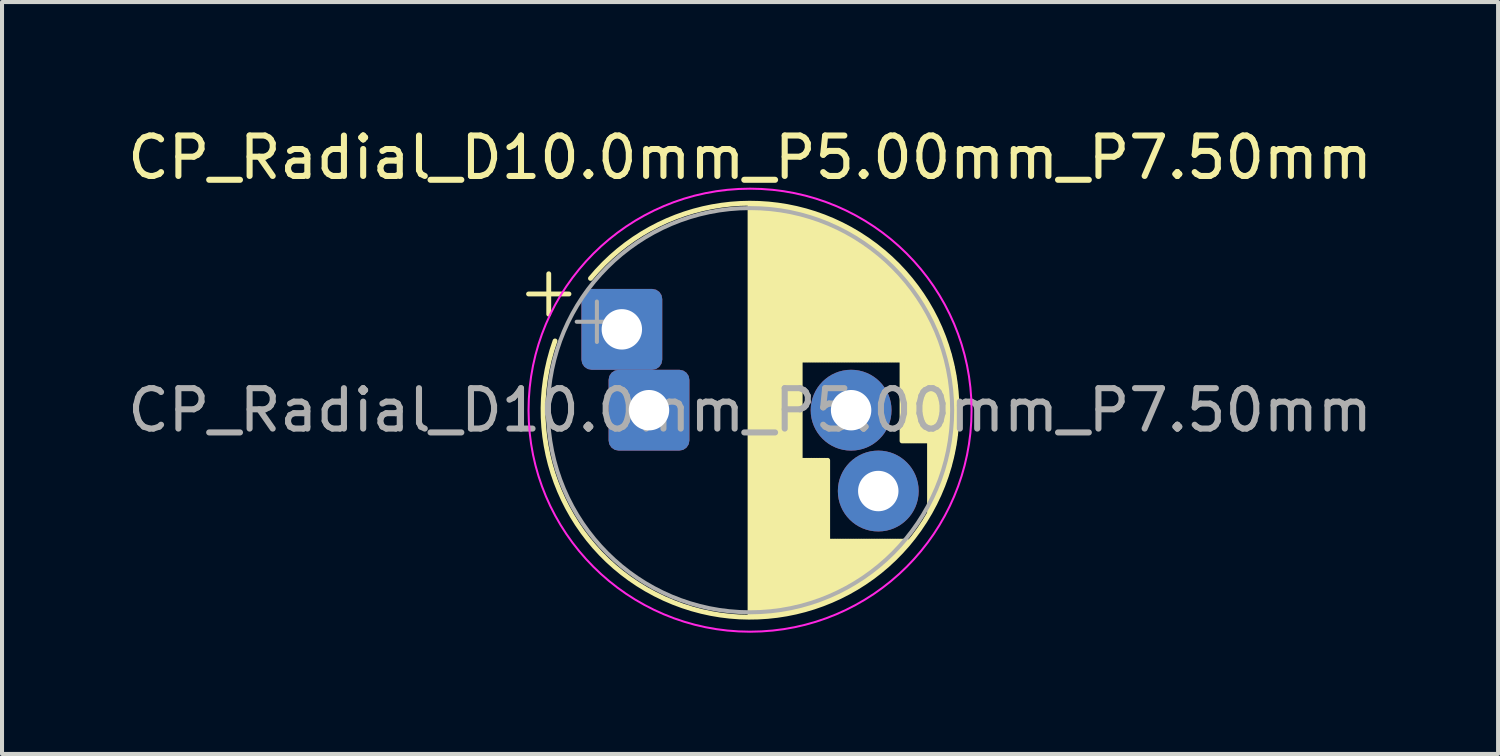
<source format=kicad_pcb>
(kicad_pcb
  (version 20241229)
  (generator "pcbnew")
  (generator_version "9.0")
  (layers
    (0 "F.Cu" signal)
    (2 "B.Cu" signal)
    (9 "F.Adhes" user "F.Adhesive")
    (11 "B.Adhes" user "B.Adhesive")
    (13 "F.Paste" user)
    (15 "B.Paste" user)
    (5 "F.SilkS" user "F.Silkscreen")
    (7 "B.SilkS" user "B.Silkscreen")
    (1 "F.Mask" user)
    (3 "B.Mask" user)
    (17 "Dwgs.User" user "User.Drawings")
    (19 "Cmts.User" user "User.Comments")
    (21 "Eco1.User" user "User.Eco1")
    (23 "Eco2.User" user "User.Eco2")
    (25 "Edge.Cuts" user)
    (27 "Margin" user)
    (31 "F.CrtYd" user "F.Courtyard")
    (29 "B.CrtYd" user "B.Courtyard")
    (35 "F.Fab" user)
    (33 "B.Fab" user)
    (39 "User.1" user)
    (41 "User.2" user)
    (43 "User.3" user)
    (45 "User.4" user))
  (footprint "CP_Radial_D10.0mm_P5.00mm_P7.50mm"
    (layer "F.Cu")
    (at 13.006 7.098)
    (property "Reference" "CP_Radial_D10.0mm_P5.00mm_P7.50mm" (at 2.5 -6.25 0) (layer "F.SilkS") (effects (font (size 1 1) (thickness 0.15))))
    (attr through_hole)
    (fp_line (start -2.98 -2.875) (end -1.98 -2.875) (stroke (width 0.12) (type solid)) (layer "F.SilkS"))
    (fp_line (start -2.48 -3.375) (end -2.48 -2.375) (stroke (width 0.12) (type solid)) (layer "F.SilkS"))
    (fp_line (start 2.5 -5.08) (end 2.5 5.08) (stroke (width 0.12) (type solid)) (layer "F.SilkS"))
    (fp_line (start 2.54 -5.08) (end 2.54 5.08) (stroke (width 0.12) (type solid)) (layer "F.SilkS"))
    (fp_line (start 2.58 -5.079) (end 2.58 5.079) (stroke (width 0.12) (type solid)) (layer "F.SilkS"))
    (fp_line (start 2.62 -5.079) (end 2.62 5.079) (stroke (width 0.12) (type solid)) (layer "F.SilkS"))
    (fp_line (start 2.66 -5.077) (end 2.66 5.077) (stroke (width 0.12) (type solid)) (layer "F.SilkS"))
    (fp_line (start 2.7 -5.076) (end 2.7 5.076) (stroke (width 0.12) (type solid)) (layer "F.SilkS"))
    (fp_line (start 2.74 -5.074) (end 2.74 5.074) (stroke (width 0.12) (type solid)) (layer "F.SilkS"))
    (fp_line (start 2.78 -5.072) (end 2.78 5.072) (stroke (width 0.12) (type solid)) (layer "F.SilkS"))
    (fp_line (start 2.82 -5.07) (end 2.82 5.07) (stroke (width 0.12) (type solid)) (layer "F.SilkS"))
    (fp_line (start 2.86 -5.067) (end 2.86 5.067) (stroke (width 0.12) (type solid)) (layer "F.SilkS"))
    (fp_line (start 2.9 -5.064) (end 2.9 5.064) (stroke (width 0.12) (type solid)) (layer "F.SilkS"))
    (fp_line (start 2.94 -5.061) (end 2.94 5.061) (stroke (width 0.12) (type solid)) (layer "F.SilkS"))
    (fp_line (start 2.98 -5.057) (end 2.98 5.057) (stroke (width 0.12) (type solid)) (layer "F.SilkS"))
    (fp_line (start 3.02 -5.054) (end 3.02 5.054) (stroke (width 0.12) (type solid)) (layer "F.SilkS"))
    (fp_line (start 3.06 -5.049) (end 3.06 5.049) (stroke (width 0.12) (type solid)) (layer "F.SilkS"))
    (fp_line (start 3.1 -5.045) (end 3.1 5.045) (stroke (width 0.12) (type solid)) (layer "F.SilkS"))
    (fp_line (start 3.14 -5.04) (end 3.14 5.04) (stroke (width 0.12) (type solid)) (layer "F.SilkS"))
    (fp_line (start 3.18 -5.035) (end 3.18 5.035) (stroke (width 0.12) (type solid)) (layer "F.SilkS"))
    (fp_line (start 3.22 -5.029) (end 3.22 5.029) (stroke (width 0.12) (type solid)) (layer "F.SilkS"))
    (fp_line (start 3.26 -5.023) (end 3.26 5.023) (stroke (width 0.12) (type solid)) (layer "F.SilkS"))
    (fp_line (start 3.3 -5.017) (end 3.3 5.017) (stroke (width 0.12) (type solid)) (layer "F.SilkS"))
    (fp_line (start 3.34 -5.011) (end 3.34 5.011) (stroke (width 0.12) (type solid)) (layer "F.SilkS"))
    (fp_line (start 3.38 -5.004) (end 3.38 5.004) (stroke (width 0.12) (type solid)) (layer "F.SilkS"))
    (fp_line (start 3.42 -4.997) (end 3.42 4.997) (stroke (width 0.12) (type solid)) (layer "F.SilkS"))
    (fp_line (start 3.46 -4.989) (end 3.46 4.989) (stroke (width 0.12) (type solid)) (layer "F.SilkS"))
    (fp_line (start 3.5 -4.981) (end 3.5 4.981) (stroke (width 0.12) (type solid)) (layer "F.SilkS"))
    (fp_line (start 3.54 -4.973) (end 3.54 4.973) (stroke (width 0.12) (type solid)) (layer "F.SilkS"))
    (fp_line (start 3.58 -4.965) (end 3.58 4.965) (stroke (width 0.12) (type solid)) (layer "F.SilkS"))
    (fp_line (start 3.62 -4.956) (end 3.62 4.956) (stroke (width 0.12) (type solid)) (layer "F.SilkS"))
    (fp_line (start 3.66 -4.947) (end 3.66 4.947) (stroke (width 0.12) (type solid)) (layer "F.SilkS"))
    (fp_line (start 3.7 -4.937) (end 3.7 4.937) (stroke (width 0.12) (type solid)) (layer "F.SilkS"))
    (fp_line (start 3.74 -4.928) (end 3.74 4.928) (stroke (width 0.12) (type solid)) (layer "F.SilkS"))
    (fp_line (start 3.78 -4.917) (end 3.78 -1.24) (stroke (width 0.12) (type solid)) (layer "F.SilkS"))
    (fp_line (start 3.78 1.24) (end 3.78 4.917) (stroke (width 0.12) (type solid)) (layer "F.SilkS"))
    (fp_line (start 3.82 -4.907) (end 3.82 -1.24) (stroke (width 0.12) (type solid)) (layer "F.SilkS"))
    (fp_line (start 3.82 1.24) (end 3.82 4.907) (stroke (width 0.12) (type solid)) (layer "F.SilkS"))
    (fp_line (start 3.86 -4.896) (end 3.86 -1.24) (stroke (width 0.12) (type solid)) (layer "F.SilkS"))
    (fp_line (start 3.86 1.24) (end 3.86 4.896) (stroke (width 0.12) (type solid)) (layer "F.SilkS"))
    (fp_line (start 3.9 -4.885) (end 3.9 -1.24) (stroke (width 0.12) (type solid)) (layer "F.SilkS"))
    (fp_line (start 3.9 1.24) (end 3.9 4.885) (stroke (width 0.12) (type solid)) (layer "F.SilkS"))
    (fp_line (start 3.94 -4.873) (end 3.94 -1.24) (stroke (width 0.12) (type solid)) (layer "F.SilkS"))
    (fp_line (start 3.94 1.24) (end 3.94 4.873) (stroke (width 0.12) (type solid)) (layer "F.SilkS"))
    (fp_line (start 3.98 -4.861) (end 3.98 -1.24) (stroke (width 0.12) (type solid)) (layer "F.SilkS"))
    (fp_line (start 3.98 1.24) (end 3.98 4.861) (stroke (width 0.12) (type solid)) (layer "F.SilkS"))
    (fp_line (start 4.02 -4.849) (end 4.02 -1.24) (stroke (width 0.12) (type solid)) (layer "F.SilkS"))
    (fp_line (start 4.02 1.24) (end 4.02 4.849) (stroke (width 0.12) (type solid)) (layer "F.SilkS"))
    (fp_line (start 4.06 -4.837) (end 4.06 -1.24) (stroke (width 0.12) (type solid)) (layer "F.SilkS"))
    (fp_line (start 4.06 1.24) (end 4.06 4.837) (stroke (width 0.12) (type solid)) (layer "F.SilkS"))
    (fp_line (start 4.1 -4.824) (end 4.1 -1.24) (stroke (width 0.12) (type solid)) (layer "F.SilkS"))
    (fp_line (start 4.1 1.24) (end 4.1 4.824) (stroke (width 0.12) (type solid)) (layer "F.SilkS"))
    (fp_line (start 4.14 -4.81) (end 4.14 -1.24) (stroke (width 0.12) (type solid)) (layer "F.SilkS"))
    (fp_line (start 4.14 1.24) (end 4.14 4.81) (stroke (width 0.12) (type solid)) (layer "F.SilkS"))
    (fp_line (start 4.18 -4.797) (end 4.18 -1.24) (stroke (width 0.12) (type solid)) (layer "F.SilkS"))
    (fp_line (start 4.18 1.24) (end 4.18 4.797) (stroke (width 0.12) (type solid)) (layer "F.SilkS"))
    (fp_line (start 4.22 -4.782) (end 4.22 -1.24) (stroke (width 0.12) (type solid)) (layer "F.SilkS"))
    (fp_line (start 4.22 1.24) (end 4.22 4.782) (stroke (width 0.12) (type solid)) (layer "F.SilkS"))
    (fp_line (start 4.26 -4.768) (end 4.26 -1.24) (stroke (width 0.12) (type solid)) (layer "F.SilkS"))
    (fp_line (start 4.26 1.24) (end 4.26 4.768) (stroke (width 0.12) (type solid)) (layer "F.SilkS"))
    (fp_line (start 4.3 -4.753) (end 4.3 -1.24) (stroke (width 0.12) (type solid)) (layer "F.SilkS"))
    (fp_line (start 4.3 1.24) (end 4.3 4.753) (stroke (width 0.12) (type solid)) (layer "F.SilkS"))
    (fp_line (start 4.34 -4.738) (end 4.34 -1.24) (stroke (width 0.12) (type solid)) (layer "F.SilkS"))
    (fp_line (start 4.34 1.24) (end 4.34 4.738) (stroke (width 0.12) (type solid)) (layer "F.SilkS"))
    (fp_line (start 4.38 -4.722) (end 4.38 -1.24) (stroke (width 0.12) (type solid)) (layer "F.SilkS"))
    (fp_line (start 4.38 1.24) (end 4.38 4.722) (stroke (width 0.12) (type solid)) (layer "F.SilkS"))
    (fp_line (start 4.42 -4.706) (end 4.42 -1.24) (stroke (width 0.12) (type solid)) (layer "F.SilkS"))
    (fp_line (start 4.42 1.24) (end 4.42 4.706) (stroke (width 0.12) (type solid)) (layer "F.SilkS"))
    (fp_line (start 4.46 -4.69) (end 4.46 -1.24) (stroke (width 0.12) (type solid)) (layer "F.SilkS"))
    (fp_line (start 4.46 3.24) (end 4.46 4.69) (stroke (width 0.12) (type solid)) (layer "F.SilkS"))
    (fp_line (start 4.5 -4.673) (end 4.5 -1.24) (stroke (width 0.12) (type solid)) (layer "F.SilkS"))
    (fp_line (start 4.5 3.24) (end 4.5 4.673) (stroke (width 0.12) (type solid)) (layer "F.SilkS"))
    (fp_line (start 4.54 -4.656) (end 4.54 -1.24) (stroke (width 0.12) (type solid)) (layer "F.SilkS"))
    (fp_line (start 4.54 3.24) (end 4.54 4.656) (stroke (width 0.12) (type solid)) (layer "F.SilkS"))
    (fp_line (start 4.58 -4.638) (end 4.58 -1.24) (stroke (width 0.12) (type solid)) (layer "F.SilkS"))
    (fp_line (start 4.58 3.24) (end 4.58 4.638) (stroke (width 0.12) (type solid)) (layer "F.SilkS"))
    (fp_line (start 4.62 -4.62) (end 4.62 -1.24) (stroke (width 0.12) (type solid)) (layer "F.SilkS"))
    (fp_line (start 4.62 3.24) (end 4.62 4.62) (stroke (width 0.12) (type solid)) (layer "F.SilkS"))
    (fp_line (start 4.66 -4.602) (end 4.66 -1.24) (stroke (width 0.12) (type solid)) (layer "F.SilkS"))
    (fp_line (start 4.66 3.24) (end 4.66 4.602) (stroke (width 0.12) (type solid)) (layer "F.SilkS"))
    (fp_line (start 4.7 -4.583) (end 4.7 -1.24) (stroke (width 0.12) (type solid)) (layer "F.SilkS"))
    (fp_line (start 4.7 3.24) (end 4.7 4.583) (stroke (width 0.12) (type solid)) (layer "F.SilkS"))
    (fp_line (start 4.74 -4.564) (end 4.74 -1.24) (stroke (width 0.12) (type solid)) (layer "F.SilkS"))
    (fp_line (start 4.74 3.24) (end 4.74 4.564) (stroke (width 0.12) (type solid)) (layer "F.SilkS"))
    (fp_line (start 4.78 -4.544) (end 4.78 -1.24) (stroke (width 0.12) (type solid)) (layer "F.SilkS"))
    (fp_line (start 4.78 3.24) (end 4.78 4.544) (stroke (width 0.12) (type solid)) (layer "F.SilkS"))
    (fp_line (start 4.82 -4.524) (end 4.82 -1.24) (stroke (width 0.12) (type solid)) (layer "F.SilkS"))
    (fp_line (start 4.82 3.24) (end 4.82 4.524) (stroke (width 0.12) (type solid)) (layer "F.SilkS"))
    (fp_line (start 4.86 -4.504) (end 4.86 -1.24) (stroke (width 0.12) (type solid)) (layer "F.SilkS"))
    (fp_line (start 4.86 3.24) (end 4.86 4.504) (stroke (width 0.12) (type solid)) (layer "F.SilkS"))
    (fp_line (start 4.9 -4.483) (end 4.9 -1.24) (stroke (width 0.12) (type solid)) (layer "F.SilkS"))
    (fp_line (start 4.9 3.24) (end 4.9 4.483) (stroke (width 0.12) (type solid)) (layer "F.SilkS"))
    (fp_line (start 4.94 -4.461) (end 4.94 -1.24) (stroke (width 0.12) (type solid)) (layer "F.SilkS"))
    (fp_line (start 4.94 3.24) (end 4.94 4.461) (stroke (width 0.12) (type solid)) (layer "F.SilkS"))
    (fp_line (start 4.98 -4.439) (end 4.98 -1.24) (stroke (width 0.12) (type solid)) (layer "F.SilkS"))
    (fp_line (start 4.98 3.24) (end 4.98 4.439) (stroke (width 0.12) (type solid)) (layer "F.SilkS"))
    (fp_line (start 5.02 -4.417) (end 5.02 -1.24) (stroke (width 0.12) (type solid)) (layer "F.SilkS"))
    (fp_line (start 5.02 3.24) (end 5.02 4.417) (stroke (width 0.12) (type solid)) (layer "F.SilkS"))
    (fp_line (start 5.06 -4.394) (end 5.06 -1.24) (stroke (width 0.12) (type solid)) (layer "F.SilkS"))
    (fp_line (start 5.06 3.24) (end 5.06 4.394) (stroke (width 0.12) (type solid)) (layer "F.SilkS"))
    (fp_line (start 5.1 -4.371) (end 5.1 -1.24) (stroke (width 0.12) (type solid)) (layer "F.SilkS"))
    (fp_line (start 5.1 3.24) (end 5.1 4.371) (stroke (width 0.12) (type solid)) (layer "F.SilkS"))
    (fp_line (start 5.14 -4.347) (end 5.14 -1.24) (stroke (width 0.12) (type solid)) (layer "F.SilkS"))
    (fp_line (start 5.14 3.24) (end 5.14 4.347) (stroke (width 0.12) (type solid)) (layer "F.SilkS"))
    (fp_line (start 5.18 -4.323) (end 5.18 -1.24) (stroke (width 0.12) (type solid)) (layer "F.SilkS"))
    (fp_line (start 5.18 3.24) (end 5.18 4.323) (stroke (width 0.12) (type solid)) (layer "F.SilkS"))
    (fp_line (start 5.22 -4.298) (end 5.22 -1.24) (stroke (width 0.12) (type solid)) (layer "F.SilkS"))
    (fp_line (start 5.22 3.24) (end 5.22 4.298) (stroke (width 0.12) (type solid)) (layer "F.SilkS"))
    (fp_line (start 5.26 -4.272) (end 5.26 -1.24) (stroke (width 0.12) (type solid)) (layer "F.SilkS"))
    (fp_line (start 5.26 3.24) (end 5.26 4.272) (stroke (width 0.12) (type solid)) (layer "F.SilkS"))
    (fp_line (start 5.3 -4.247) (end 5.3 -1.24) (stroke (width 0.12) (type solid)) (layer "F.SilkS"))
    (fp_line (start 5.3 3.24) (end 5.3 4.247) (stroke (width 0.12) (type solid)) (layer "F.SilkS"))
    (fp_line (start 5.34 -4.22) (end 5.34 -1.24) (stroke (width 0.12) (type solid)) (layer "F.SilkS"))
    (fp_line (start 5.34 3.24) (end 5.34 4.22) (stroke (width 0.12) (type solid)) (layer "F.SilkS"))
    (fp_line (start 5.38 -4.193) (end 5.38 -1.24) (stroke (width 0.12) (type solid)) (layer "F.SilkS"))
    (fp_line (start 5.38 3.24) (end 5.38 4.193) (stroke (width 0.12) (type solid)) (layer "F.SilkS"))
    (fp_line (start 5.42 -4.166) (end 5.42 -1.24) (stroke (width 0.12) (type solid)) (layer "F.SilkS"))
    (fp_line (start 5.42 3.24) (end 5.42 4.166) (stroke (width 0.12) (type solid)) (layer "F.SilkS"))
    (fp_line (start 5.46 -4.138) (end 5.46 -1.24) (stroke (width 0.12) (type solid)) (layer "F.SilkS"))
    (fp_line (start 5.46 3.24) (end 5.46 4.138) (stroke (width 0.12) (type solid)) (layer "F.SilkS"))
    (fp_line (start 5.5 -4.109) (end 5.5 -1.24) (stroke (width 0.12) (type solid)) (layer "F.SilkS"))
    (fp_line (start 5.5 3.24) (end 5.5 4.109) (stroke (width 0.12) (type solid)) (layer "F.SilkS"))
    (fp_line (start 5.54 -4.08) (end 5.54 -1.24) (stroke (width 0.12) (type solid)) (layer "F.SilkS"))
    (fp_line (start 5.54 3.24) (end 5.54 4.08) (stroke (width 0.12) (type solid)) (layer "F.SilkS"))
    (fp_line (start 5.58 -4.05) (end 5.58 -1.24) (stroke (width 0.12) (type solid)) (layer "F.SilkS"))
    (fp_line (start 5.58 3.24) (end 5.58 4.05) (stroke (width 0.12) (type solid)) (layer "F.SilkS"))
    (fp_line (start 5.62 -4.02) (end 5.62 -1.24) (stroke (width 0.12) (type solid)) (layer "F.SilkS"))
    (fp_line (start 5.62 3.24) (end 5.62 4.02) (stroke (width 0.12) (type solid)) (layer "F.SilkS"))
    (fp_line (start 5.66 -3.988) (end 5.66 -1.24) (stroke (width 0.12) (type solid)) (layer "F.SilkS"))
    (fp_line (start 5.66 3.24) (end 5.66 3.988) (stroke (width 0.12) (type solid)) (layer "F.SilkS"))
    (fp_line (start 5.7 -3.957) (end 5.7 -1.24) (stroke (width 0.12) (type solid)) (layer "F.SilkS"))
    (fp_line (start 5.7 3.24) (end 5.7 3.957) (stroke (width 0.12) (type solid)) (layer "F.SilkS"))
    (fp_line (start 5.74 -3.924) (end 5.74 -1.24) (stroke (width 0.12) (type solid)) (layer "F.SilkS"))
    (fp_line (start 5.74 3.24) (end 5.74 3.924) (stroke (width 0.12) (type solid)) (layer "F.SilkS"))
    (fp_line (start 5.78 -3.891) (end 5.78 -1.24) (stroke (width 0.12) (type solid)) (layer "F.SilkS"))
    (fp_line (start 5.78 3.24) (end 5.78 3.891) (stroke (width 0.12) (type solid)) (layer "F.SilkS"))
    (fp_line (start 5.82 -3.858) (end 5.82 -1.24) (stroke (width 0.12) (type solid)) (layer "F.SilkS"))
    (fp_line (start 5.82 3.24) (end 5.82 3.858) (stroke (width 0.12) (type solid)) (layer "F.SilkS"))
    (fp_line (start 5.86 -3.823) (end 5.86 -1.24) (stroke (width 0.12) (type solid)) (layer "F.SilkS"))
    (fp_line (start 5.86 3.24) (end 5.86 3.823) (stroke (width 0.12) (type solid)) (layer "F.SilkS"))
    (fp_line (start 5.9 -3.788) (end 5.9 -1.24) (stroke (width 0.12) (type solid)) (layer "F.SilkS"))
    (fp_line (start 5.9 3.24) (end 5.9 3.788) (stroke (width 0.12) (type solid)) (layer "F.SilkS"))
    (fp_line (start 5.94 -3.752) (end 5.94 -1.24) (stroke (width 0.12) (type solid)) (layer "F.SilkS"))
    (fp_line (start 5.94 3.24) (end 5.94 3.752) (stroke (width 0.12) (type solid)) (layer "F.SilkS"))
    (fp_line (start 5.98 -3.716) (end 5.98 -1.24) (stroke (width 0.12) (type solid)) (layer "F.SilkS"))
    (fp_line (start 5.98 3.24) (end 5.98 3.716) (stroke (width 0.12) (type solid)) (layer "F.SilkS"))
    (fp_line (start 6.02 -3.678) (end 6.02 -1.24) (stroke (width 0.12) (type solid)) (layer "F.SilkS"))
    (fp_line (start 6.02 3.24) (end 6.02 3.678) (stroke (width 0.12) (type solid)) (layer "F.SilkS"))
    (fp_line (start 6.06 -3.64) (end 6.06 -1.24) (stroke (width 0.12) (type solid)) (layer "F.SilkS"))
    (fp_line (start 6.06 3.24) (end 6.06 3.64) (stroke (width 0.12) (type solid)) (layer "F.SilkS"))
    (fp_line (start 6.1 -3.601) (end 6.1 -1.24) (stroke (width 0.12) (type solid)) (layer "F.SilkS"))
    (fp_line (start 6.1 3.24) (end 6.1 3.601) (stroke (width 0.12) (type solid)) (layer "F.SilkS"))
    (fp_line (start 6.14 -3.561) (end 6.14 -1.24) (stroke (width 0.12) (type solid)) (layer "F.SilkS"))
    (fp_line (start 6.14 3.24) (end 6.14 3.561) (stroke (width 0.12) (type solid)) (layer "F.SilkS"))
    (fp_line (start 6.18 -3.52) (end 6.18 -1.24) (stroke (width 0.12) (type solid)) (layer "F.SilkS"))
    (fp_line (start 6.18 3.24) (end 6.18 3.52) (stroke (width 0.12) (type solid)) (layer "F.SilkS"))
    (fp_line (start 6.22 -3.478) (end 6.22 -1.24) (stroke (width 0.12) (type solid)) (layer "F.SilkS"))
    (fp_line (start 6.22 3.24) (end 6.22 3.478) (stroke (width 0.12) (type solid)) (layer "F.SilkS"))
    (fp_line (start 6.26 -3.435) (end 6.26 0.76) (stroke (width 0.12) (type solid)) (layer "F.SilkS"))
    (fp_line (start 6.26 3.24) (end 6.26 3.435) (stroke (width 0.12) (type solid)) (layer "F.SilkS"))
    (fp_line (start 6.3 -3.391) (end 6.3 0.76) (stroke (width 0.12) (type solid)) (layer "F.SilkS"))
    (fp_line (start 6.3 3.24) (end 6.3 3.391) (stroke (width 0.12) (type solid)) (layer "F.SilkS"))
    (fp_line (start 6.34 -3.347) (end 6.34 0.76) (stroke (width 0.12) (type solid)) (layer "F.SilkS"))
    (fp_line (start 6.34 3.24) (end 6.34 3.347) (stroke (width 0.12) (type solid)) (layer "F.SilkS"))
    (fp_line (start 6.38 -3.301) (end 6.38 0.76) (stroke (width 0.12) (type solid)) (layer "F.SilkS"))
    (fp_line (start 6.38 3.24) (end 6.38 3.301) (stroke (width 0.12) (type solid)) (layer "F.SilkS"))
    (fp_line (start 6.42 -3.254) (end 6.42 0.76) (stroke (width 0.12) (type solid)) (layer "F.SilkS"))
    (fp_line (start 6.46 -3.205) (end 6.46 0.76) (stroke (width 0.12) (type solid)) (layer "F.SilkS"))
    (fp_line (start 6.5 -3.156) (end 6.5 0.76) (stroke (width 0.12) (type solid)) (layer "F.SilkS"))
    (fp_line (start 6.54 -3.105) (end 6.54 0.76) (stroke (width 0.12) (type solid)) (layer "F.SilkS"))
    (fp_line (start 6.58 -3.053) (end 6.58 0.76) (stroke (width 0.12) (type solid)) (layer "F.SilkS"))
    (fp_line (start 6.62 -3) (end 6.62 0.76) (stroke (width 0.12) (type solid)) (layer "F.SilkS"))
    (fp_line (start 6.66 -2.945) (end 6.66 0.76) (stroke (width 0.12) (type solid)) (layer "F.SilkS"))
    (fp_line (start 6.7 -2.888) (end 6.7 0.76) (stroke (width 0.12) (type solid)) (layer "F.SilkS"))
    (fp_line (start 6.74 -2.83) (end 6.74 0.76) (stroke (width 0.12) (type solid)) (layer "F.SilkS"))
    (fp_line (start 6.78 -2.77) (end 6.78 0.76) (stroke (width 0.12) (type solid)) (layer "F.SilkS"))
    (fp_line (start 6.82 -2.708) (end 6.82 0.76) (stroke (width 0.12) (type solid)) (layer "F.SilkS"))
    (fp_line (start 6.86 -2.644) (end 6.86 0.76) (stroke (width 0.12) (type solid)) (layer "F.SilkS"))
    (fp_line (start 6.9 -2.578) (end 6.9 0.76) (stroke (width 0.12) (type solid)) (layer "F.SilkS"))
    (fp_line (start 6.94 -2.51) (end 6.94 2.51) (stroke (width 0.12) (type solid)) (layer "F.SilkS"))
    (fp_line (start 6.98 -2.439) (end 6.98 2.439) (stroke (width 0.12) (type solid)) (layer "F.SilkS"))
    (fp_line (start 7.02 -2.365) (end 7.02 2.365) (stroke (width 0.12) (type solid)) (layer "F.SilkS"))
    (fp_line (start 7.06 -2.288) (end 7.06 2.288) (stroke (width 0.12) (type solid)) (layer "F.SilkS"))
    (fp_line (start 7.1 -2.208) (end 7.1 2.208) (stroke (width 0.12) (type solid)) (layer "F.SilkS"))
    (fp_line (start 7.14 -2.124) (end 7.14 2.124) (stroke (width 0.12) (type solid)) (layer "F.SilkS"))
    (fp_line (start 7.18 -2.037) (end 7.18 2.037) (stroke (width 0.12) (type solid)) (layer "F.SilkS"))
    (fp_line (start 7.22 -1.944) (end 7.22 1.944) (stroke (width 0.12) (type solid)) (layer "F.SilkS"))
    (fp_line (start 7.26 -1.846) (end 7.26 1.846) (stroke (width 0.12) (type solid)) (layer "F.SilkS"))
    (fp_line (start 7.3 -1.742) (end 7.3 1.742) (stroke (width 0.12) (type solid)) (layer "F.SilkS"))
    (fp_line (start 7.34 -1.63) (end 7.34 1.63) (stroke (width 0.12) (type solid)) (layer "F.SilkS"))
    (fp_line (start 7.38 -1.509) (end 7.38 1.509) (stroke (width 0.12) (type solid)) (layer "F.SilkS"))
    (fp_line (start 7.42 -1.377) (end 7.42 1.377) (stroke (width 0.12) (type solid)) (layer "F.SilkS"))
    (fp_line (start 7.46 -1.23) (end 7.46 1.23) (stroke (width 0.12) (type solid)) (layer "F.SilkS"))
    (fp_line (start 7.5 -1.062) (end 7.5 1.062) (stroke (width 0.12) (type solid)) (layer "F.SilkS"))
    (fp_line (start 7.54 -0.862) (end 7.54 0.862) (stroke (width 0.12) (type solid)) (layer "F.SilkS"))
    (fp_line (start 7.58 -0.599) (end 7.58 0.599) (stroke (width 0.12) (type solid)) (layer "F.SilkS"))
    (fp_arc (start -1.448012 -3.26) (mid 6.954126 2.524908) (end -2.324904 -1.713098) (stroke (width 0.12) (type solid)) (layer "F.SilkS"))
    (fp_circle (center 2.5 0) (end 7.98 0) (stroke (width 0.05) (type solid)) (fill no) (layer "F.CrtYd"))
    (fp_line (start -1.789 -2.188) (end -0.789 -2.188) (stroke (width 0.1) (type solid)) (layer "F.Fab"))
    (fp_line (start -1.289 -2.688) (end -1.289 -1.688) (stroke (width 0.1) (type solid)) (layer "F.Fab"))
    (fp_circle (center 2.5 0) (end 7.5 0) (stroke (width 0.1) (type solid)) (fill no) (layer "F.Fab"))
    (fp_text user "${REFERENCE}" (at 2.5 0 0) (layer "F.Fab") (effects (font (size 1 1) (thickness 0.15))))
    (pad "1" thru_hole roundrect (at -0.672 -2) (size 2 2) (drill 1) (layers "*.Cu" "*.Mask") (roundrect_rratio 0.125))
    (pad "1" thru_hole roundrect (at 0 0) (size 2 2) (drill 1) (layers "*.Cu" "*.Mask") (roundrect_rratio 0.125))
    (pad "2" thru_hole circle (at 5 0) (size 2 2) (drill 1) (layers "*.Cu" "*.Mask"))
    (pad "2" thru_hole circle (at 5.672 2) (size 2 2) (drill 1) (layers "*.Cu" "*.Mask")))
  (gr_rect
    (start -3 -3)
    (end 34.012 15.603)
    (stroke (width 0.1) (type default))
    (fill no)
    (layer "Edge.Cuts")))
</source>
